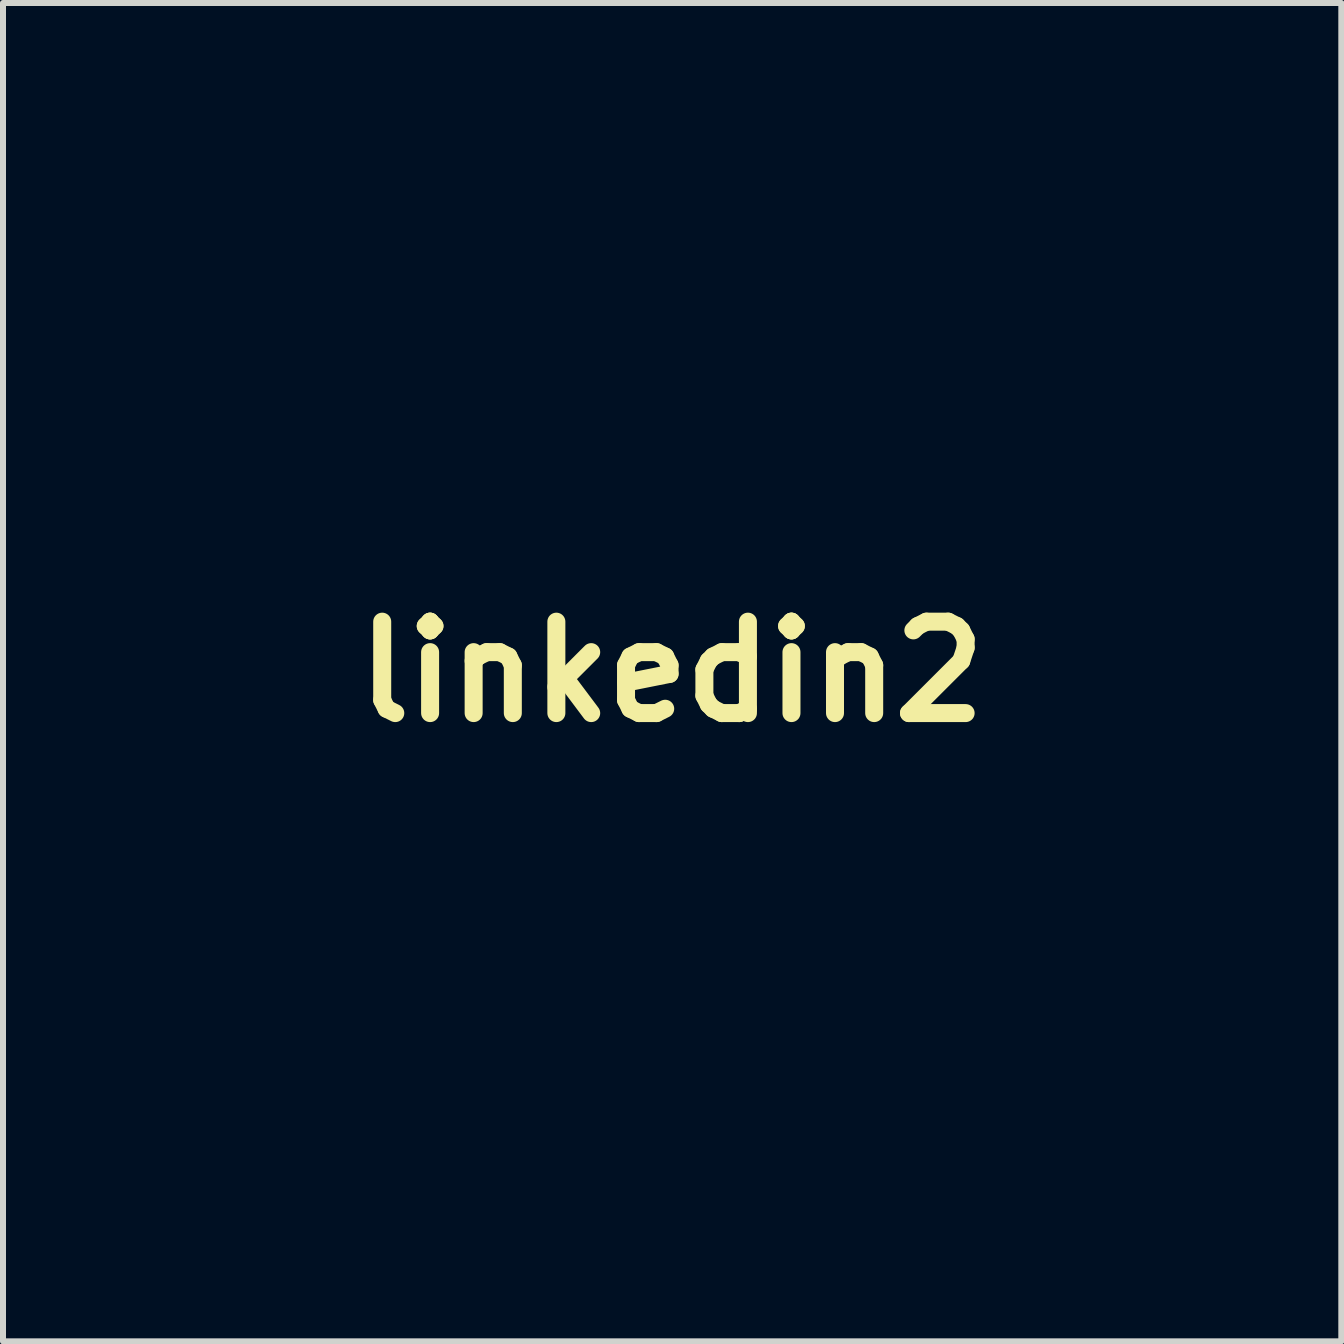
<source format=kicad_pcb>
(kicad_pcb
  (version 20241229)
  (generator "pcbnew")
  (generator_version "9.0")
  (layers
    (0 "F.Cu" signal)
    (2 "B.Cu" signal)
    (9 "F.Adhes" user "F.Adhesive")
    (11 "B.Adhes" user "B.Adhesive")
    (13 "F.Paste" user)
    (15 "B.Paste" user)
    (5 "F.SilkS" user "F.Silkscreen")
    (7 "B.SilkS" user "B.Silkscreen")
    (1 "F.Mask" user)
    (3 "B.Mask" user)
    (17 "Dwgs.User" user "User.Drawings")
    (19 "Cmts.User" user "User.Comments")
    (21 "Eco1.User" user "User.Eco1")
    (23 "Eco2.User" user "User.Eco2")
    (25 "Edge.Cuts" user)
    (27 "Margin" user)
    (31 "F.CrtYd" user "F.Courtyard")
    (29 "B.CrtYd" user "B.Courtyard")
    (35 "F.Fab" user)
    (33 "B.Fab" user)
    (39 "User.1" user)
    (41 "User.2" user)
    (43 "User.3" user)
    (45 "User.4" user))
  (footprint "linkedin2"
    (layer "F.Cu")
    (at 8.147 8.147)
    (property "Reference" "linkedin2" (at 0 0 0) (layer "F.SilkS") (effects (font (size 1.524 1.524) (thickness 0.3))))
    (attr through_hole)
    (fp_poly (pts (xy -5.179 0.254) (xy -5.179 -0.24) (xy -4.685 -0.24) (xy -4.685 0.254) (xy -5.179 0.254)) (stroke (width 0.01) (type solid)) (fill yes) (layer "F.Mask"))
    (fp_poly (pts (xy -5.179 1.736) (xy -5.673 1.736) (xy -5.673 1.242) (xy -5.179 1.242) (xy -5.179 1.736)) (stroke (width 0.01) (type solid)) (fill yes) (layer "F.Mask"))
    (fp_poly (pts (xy -4.191 -1.228) (xy -4.191 -1.722) (xy -3.697 -1.722) (xy -3.697 -1.228) (xy -4.191 -1.228)) (stroke (width 0.01) (type solid)) (fill yes) (layer "F.Mask"))
    (fp_poly (pts (xy -2.709 -0.24) (xy -2.709 -0.734) (xy -2.215 -0.734) (xy -2.215 -0.24) (xy -2.709 -0.24)) (stroke (width 0.01) (type solid)) (fill yes) (layer "F.Mask"))
    (fp_poly (pts (xy -1.722 -0.24) (xy -1.722 0.254) (xy -2.215 0.254) (xy -2.215 -0.24) (xy -1.722 -0.24)) (stroke (width 0.01) (type solid)) (fill yes) (layer "F.Mask"))
    (fp_poly (pts (xy -1.228 -2.709) (xy -0.734 -2.709) (xy -0.734 -2.215) (xy -1.228 -2.215) (xy -1.228 -2.709)) (stroke (width 0.01) (type solid)) (fill yes) (layer "F.Mask"))
    (fp_poly (pts (xy -1.228 -1.722) (xy -1.722 -1.722) (xy -1.722 -2.215) (xy -1.228 -2.215) (xy -1.228 -1.722)) (stroke (width 0.01) (type solid)) (fill yes) (layer "F.Mask"))
    (fp_poly (pts (xy -1.228 0.748) (xy -1.722 0.748) (xy -1.722 0.254) (xy -1.228 0.254) (xy -1.228 0.748)) (stroke (width 0.01) (type solid)) (fill yes) (layer "F.Mask"))
    (fp_poly (pts (xy -0.734 4.205) (xy -1.228 4.205) (xy -1.228 3.711) (xy -0.734 3.711) (xy -0.734 4.205)) (stroke (width 0.01) (type solid)) (fill yes) (layer "F.Mask"))
    (fp_poly (pts (xy -0.24 -1.722) (xy -0.734 -1.722) (xy -0.734 -2.215) (xy -0.24 -2.215) (xy -0.24 -1.722)) (stroke (width 0.01) (type solid)) (fill yes) (layer "F.Mask"))
    (fp_poly (pts (xy 1.242 -6.66) (xy 1.736 -6.66) (xy 1.736 -5.673) (xy 1.242 -5.673) (xy 1.242 -6.66)) (stroke (width 0.01) (type solid)) (fill yes) (layer "F.Mask"))
    (fp_poly (pts (xy 1.242 -5.179) (xy 0.748 -5.179) (xy 0.748 -5.673) (xy 1.242 -5.673) (xy 1.242 -5.179)) (stroke (width 0.01) (type solid)) (fill yes) (layer "F.Mask"))
    (fp_poly (pts (xy 1.242 1.736) (xy 0.748 1.736) (xy 0.748 1.242) (xy 1.242 1.242) (xy 1.242 1.736)) (stroke (width 0.01) (type solid)) (fill yes) (layer "F.Mask"))
    (fp_poly (pts (xy 2.723 -3.697) (xy 2.23 -3.697) (xy 2.23 -4.191) (xy 2.723 -4.191) (xy 2.723 -3.697)) (stroke (width 0.01) (type solid)) (fill yes) (layer "F.Mask"))
    (fp_poly (pts (xy 2.723 -1.228) (xy 2.23 -1.228) (xy 2.23 -2.215) (xy 2.723 -2.215) (xy 2.723 -1.228)) (stroke (width 0.01) (type solid)) (fill yes) (layer "F.Mask"))
    (fp_poly (pts (xy 2.723 3.711) (xy 2.23 3.711) (xy 2.23 3.217) (xy 2.723 3.217) (xy 2.723 3.711)) (stroke (width 0.01) (type solid)) (fill yes) (layer "F.Mask"))
    (fp_poly (pts (xy 5.193 5.193) (xy 5.193 4.699) (xy 5.687 4.699) (xy 5.687 5.193) (xy 5.193 5.193)) (stroke (width 0.01) (type solid)) (fill yes) (layer "F.Mask"))
    (fp_poly (pts (xy -1.722 4.205) (xy -2.215 4.205) (xy -2.215 3.711) (xy -2.709 3.711) (xy -2.709 3.217) (xy -1.722 3.217) (xy -1.722 4.205)) (stroke (width 0.01) (type solid)) (fill yes) (layer "F.Mask"))
    (fp_poly (pts (xy 1.242 6.181) (xy 0.748 6.181) (xy 0.748 6.675) (xy 0.254 6.675) (xy 0.254 5.687) (xy 1.242 5.687) (xy 1.242 6.181)) (stroke (width 0.01) (type solid)) (fill yes) (layer "F.Mask"))
    (fp_poly (pts (xy 6.675 5.193) (xy 6.675 6.181) (xy 6.181 6.181) (xy 6.181 5.687) (xy 5.687 5.687) (xy 5.687 5.193) (xy 6.675 5.193)) (stroke (width 0.01) (type solid)) (fill yes) (layer "F.Mask"))
    (fp_poly (pts (xy 5.193 1.736) (xy 5.687 1.736) (xy 5.687 2.723) (xy 4.205 2.723) (xy 4.205 2.23) (xy 4.699 2.23) (xy 4.699 1.242) (xy 5.193 1.242) (xy 5.193 1.736)) (stroke (width 0.01) (type solid)) (fill yes) (layer "F.Mask"))
    (fp_poly (pts (xy -4.219 -4.219) (xy -6.632 -4.219) (xy -6.632 -6.167) (xy -6.167 -6.167) (xy -6.167 -4.685) (xy -4.685 -4.685) (xy -4.685 -6.167) (xy -6.167 -6.167) (xy -6.632 -6.167) (xy -6.632 -6.632) (xy -4.219 -6.632) (xy -4.219 -4.219)) (stroke (width 0.01) (type solid)) (fill yes) (layer "F.Mask"))
    (fp_poly (pts (xy -4.219 6.646) (xy -6.632 6.646) (xy -6.632 4.699) (xy -6.167 4.699) (xy -6.167 6.181) (xy -4.685 6.181) (xy -4.685 4.699) (xy -6.167 4.699) (xy -6.632 4.699) (xy -6.632 4.233) (xy -4.219 4.233) (xy -4.219 6.646)) (stroke (width 0.01) (type solid)) (fill yes) (layer "F.Mask"))
    (fp_poly (pts (xy 4.699 4.699) (xy 3.217 4.699) (xy 3.217 3.711) (xy 3.711 3.711) (xy 3.711 4.205) (xy 4.205 4.205) (xy 4.205 3.711) (xy 3.711 3.711) (xy 3.217 3.711) (xy 3.217 3.217) (xy 4.699 3.217) (xy 4.699 4.699)) (stroke (width 0.01) (type solid)) (fill yes) (layer "F.Mask"))
    (fp_poly (pts (xy 6.646 -4.219) (xy 4.233 -4.219) (xy 4.233 -6.167) (xy 4.699 -6.167) (xy 4.699 -4.685) (xy 6.181 -4.685) (xy 6.181 -6.167) (xy 4.699 -6.167) (xy 4.233 -6.167) (xy 4.233 -6.632) (xy 6.646 -6.632) (xy 6.646 -4.219)) (stroke (width 0.01) (type solid)) (fill yes) (layer "F.Mask"))
    (fp_poly (pts (xy -2.215 -2.215) (xy -2.215 -1.228) (xy -2.709 -1.228) (xy -2.709 -1.722) (xy -3.697 -1.722) (xy -3.697 -2.215) (xy -4.685 -2.215) (xy -4.685 -2.709) (xy -3.203 -2.709) (xy -3.203 -3.203) (xy -2.709 -3.203) (xy -2.709 -2.215) (xy -2.215 -2.215) (xy -2.215 -3.203) (xy -2.709 -3.203) (xy -2.709 -4.191) (xy -2.215 -4.191) (xy -2.215 -3.697) (xy -1.722 -3.697) (xy -1.722 -2.215) (xy -2.215 -2.215)) (stroke (width 0.01) (type solid)) (fill yes) (layer "F.Mask"))
    (fp_poly (pts (xy -2.215 2.23) (xy -1.722 2.23) (xy -1.722 2.723) (xy -3.203 2.723) (xy -3.203 1.736) (xy -2.709 1.736) (xy -2.709 0.748) (xy -3.203 0.748) (xy -3.203 1.736) (xy -4.191 1.736) (xy -4.191 1.242) (xy -3.697 1.242) (xy -3.697 0.748) (xy -4.685 0.748) (xy -4.685 0.254) (xy -3.697 0.254) (xy -3.697 0.748) (xy -3.203 0.748) (xy -3.203 0.254) (xy -3.697 0.254) (xy -3.697 -0.24) (xy -4.191 -0.24) (xy -4.191 -0.734) (xy -3.697 -0.734) (xy -3.697 -1.228) (xy -3.203 -1.228) (xy -3.203 0.254) (xy -2.215 0.254) (xy -2.215 2.23)) (stroke (width 0.01) (type solid)) (fill yes) (layer "F.Mask"))
    (fp_poly (pts (xy 8.156 8.156) (xy -8.142 8.156) (xy -8.142 3.711) (xy -7.154 3.711) (xy -7.154 7.168) (xy -3.697 7.168) (xy -3.697 6.675) (xy -3.203 6.675) (xy -3.203 7.168) (xy -2.709 7.168) (xy -2.215 7.168) (xy -1.722 7.168) (xy -1.722 6.675) (xy 0.254 6.675) (xy 0.254 7.168) (xy 0.748 7.168) (xy 0.748 6.675) (xy 1.242 6.675) (xy 1.736 6.675) (xy 1.736 7.168) (xy 4.205 7.168) (xy 4.205 6.675) (xy 4.699 6.675) (xy 4.699 6.181) (xy 5.193 6.181) (xy 5.193 7.168) (xy 5.687 7.168) (xy 5.687 6.181) (xy 5.193 6.181) (xy 4.699 6.181) (xy 4.699 5.687) (xy 4.205 5.687) (xy 4.205 6.181) (xy 2.723 6.181) (xy 2.723 6.675) (xy 1.736 6.675) (xy 1.242 6.675) (xy 1.242 6.181) (xy 1.736 6.181) (xy 1.736 4.699) (xy 1.242 4.699) (xy 1.242 5.193) (xy -0.734 5.193) (xy -0.734 5.687) (xy -2.215 5.687) (xy -2.215 7.168) (xy -2.709 7.168) (xy -2.709 6.675) (xy -3.203 6.675) (xy -3.697 6.675) (xy -3.697 5.193) (xy -3.203 5.193) (xy -3.203 6.181) (xy -2.709 6.181) (xy -2.709 5.687) (xy -2.215 5.687) (xy -2.215 5.193) (xy -3.203 5.193) (xy -3.697 5.193) (xy -3.697 3.711) (xy -7.154 3.711) (xy -8.142 3.711) (xy -8.142 2.723) (xy -6.66 2.723) (xy -6.66 3.217) (xy -5.179 3.217) (xy -5.179 2.723) (xy -6.66 2.723) (xy -8.142 2.723) (xy -8.142 1.736) (xy -7.154 1.736) (xy -7.154 2.23) (xy -6.66 2.23) (xy -6.66 1.736) (xy -7.154 1.736) (xy -8.142 1.736) (xy -8.142 -0.24) (xy -7.154 -0.24) (xy -7.154 0.254) (xy -6.66 0.254) (xy -6.66 1.242) (xy -6.167 1.242) (xy -6.167 1.736) (xy -5.673 1.736) (xy -5.673 2.23) (xy -5.179 2.23) (xy -5.179 2.723) (xy -4.685 2.723) (xy -4.191 2.723) (xy -4.191 3.217) (xy -3.697 3.217) (xy -3.697 2.723) (xy -4.191 2.723) (xy -4.685 2.723) (xy -4.685 2.23) (xy -5.179 2.23) (xy -5.179 1.736) (xy -4.191 1.736) (xy -4.191 2.23) (xy -3.697 2.23) (xy -3.697 2.723) (xy -3.203 2.723) (xy -3.203 4.699) (xy -2.709 4.699) (xy -2.709 4.205) (xy -2.215 4.205) (xy -2.215 4.699) (xy -1.722 4.699) (xy -1.722 4.205) (xy -1.228 4.205) (xy -1.228 4.699) (xy 0.748 4.699) (xy 0.748 4.205) (xy -0.24 4.205) (xy -0.24 3.217) (xy -1.722 3.217) (xy -1.722 2.723) (xy -1.228 2.723) (xy -1.228 2.23) (xy -0.734 2.23) (xy -0.24 2.23) (xy -0.24 1.736) (xy -0.734 1.736) (xy -0.734 2.23) (xy -1.228 2.23) (xy -1.722 2.23) (xy -1.722 1.242) (xy -1.228 1.242) (xy -1.228 1.736) (xy -0.734 1.736) (xy -0.734 1.242) (xy -0.24 1.242) (xy 0.254 1.242) (xy 0.254 3.217) (xy 0.748 3.217) (xy 0.748 3.711) (xy 1.736 3.711) (xy 1.736 4.699) (xy 2.23 4.699) (xy 2.23 4.205) (xy 2.723 4.205) (xy 2.723 5.193) (xy 2.23 5.193) (xy 2.23 5.687) (xy 3.711 5.687) (xy 3.711 5.193) (xy 4.699 5.193) (xy 4.699 5.687) (xy 5.687 5.687) (xy 5.687 6.181) (xy 6.181 6.181) (xy 6.181 7.168) (xy 6.675 7.168) (xy 6.675 6.181) (xy 7.168 6.181) (xy 7.168 4.699) (xy 5.687 4.699) (xy 5.687 3.711) (xy 6.181 3.711) (xy 6.181 4.205) (xy 6.675 4.205) (xy 6.675 3.711) (xy 7.168 3.711) (xy 7.168 3.217) (xy 6.181 3.217) (xy 6.181 1.736) (xy 6.675 1.736) (xy 6.675 0.254) (xy 7.168 0.254) (xy 7.168 -0.734) (xy 6.181 -0.734) (xy 6.181 -1.228) (xy 6.675 -1.228) (xy 7.168 -1.228) (xy 7.168 -1.722) (xy 6.675 -1.722) (xy 6.675 -1.228) (xy 6.181 -1.228) (xy 5.193 -1.228) (xy 5.193 -0.734) (xy 5.687 -0.734) (xy 5.687 0.254) (xy 6.181 0.254) (xy 6.181 1.242) (xy 5.687 1.242) (xy 5.687 0.748) (xy 5.193 0.748) (xy 5.193 -0.24) (xy 4.699 -0.24) (xy 4.699 -0.734) (xy 3.711 -0.734) (xy 3.711 -0.24) (xy 4.205 -0.24) (xy 4.205 0.748) (xy 4.699 0.748) (xy 4.699 1.242) (xy 4.205 1.242) (xy 4.205 1.736) (xy 3.711 1.736) (xy 3.711 2.723) (xy 2.23 2.723) (xy 2.23 3.217) (xy 1.736 3.217) (xy 1.736 1.242) (xy 1.242 1.242) (xy 1.242 0.748) (xy 1.736 0.748) (xy 1.736 1.242) (xy 2.723 1.242) (xy 2.723 1.736) (xy 3.217 1.736) (xy 3.217 1.242) (xy 3.711 1.242) (xy 3.711 0.748) (xy 1.736 0.748) (xy 1.242 0.748) (xy 0.748 0.748) (xy 0.748 1.242) (xy 0.254 1.242) (xy -0.24 1.242) (xy -0.24 0.748) (xy -0.734 0.748) (xy -0.734 0.254) (xy -0.24 0.254) (xy -0.24 0.748) (xy 0.254 0.748) (xy 0.254 0.254) (xy 0.748 0.254) (xy 1.242 0.254) (xy 1.242 -0.24) (xy 0.748 -0.24) (xy 0.748 0.254) (xy 0.254 0.254) (xy -0.24 0.254) (xy -0.734 0.254) (xy -0.734 -0.24) (xy -1.722 -0.24) (xy -1.722 -0.734) (xy -1.228 -0.734) (xy -1.228 -1.722) (xy -0.734 -1.722) (xy -0.734 -0.734) (xy -0.24 -0.734) (xy -0.24 -0.24) (xy 0.748 -0.24) (xy 0.748 -0.734) (xy 0.254 -0.734) (xy 0.254 -1.228) (xy 1.242 -1.228) (xy 1.242 -0.734) (xy 1.736 -0.734) (xy 1.736 -1.228) (xy 1.242 -1.228) (xy 0.254 -1.228) (xy 0.254 -2.215) (xy -0.24 -2.215) (xy -0.24 -2.709) (xy -0.734 -2.709) (xy -0.734 -3.203) (xy -1.228 -3.203) (xy -1.228 -3.697) (xy -1.722 -3.697) (xy -1.722 -4.191) (xy -2.215 -4.191) (xy -2.215 -4.685) (xy -2.709 -4.685) (xy -2.709 -4.191) (xy -3.203 -4.191) (xy -3.203 -3.203) (xy -4.685 -3.203) (xy -4.685 -2.709) (xy -5.179 -2.709) (xy -5.179 -0.24) (xy -7.154 -0.24) (xy -8.142 -0.24) (xy -8.142 -2.215) (xy -6.66 -2.215) (xy -6.66 -0.734) (xy -6.167 -0.734) (xy -6.167 -2.215) (xy -6.66 -2.215) (xy -8.142 -2.215) (xy -8.142 -3.203) (xy -7.154 -3.203) (xy -7.154 -2.709) (xy -6.66 -2.709) (xy -6.66 -3.203) (xy -6.167 -3.203) (xy -6.167 -2.709) (xy -5.179 -2.709) (xy -5.179 -3.203) (xy -6.167 -3.203) (xy -6.66 -3.203) (xy -7.154 -3.203) (xy -8.142 -3.203) (xy -8.142 -7.154) (xy -7.154 -7.154) (xy -7.154 -3.697) (xy -3.697 -3.697) (xy -3.697 -5.673) (xy -3.203 -5.673) (xy -3.203 -5.179) (xy -2.709 -5.179) (xy -2.709 -5.673) (xy -2.215 -5.673) (xy -2.215 -5.179) (xy -1.722 -5.179) (xy -1.722 -4.685) (xy -1.228 -4.685) (xy -1.228 -3.697) (xy -0.734 -3.697) (xy -0.734 -4.191) (xy -0.24 -4.191) (xy -0.24 -2.709) (xy 0.254 -2.709) (xy 0.748 -2.709) (xy 0.748 -1.722) (xy 1.242 -1.722) (xy 1.242 -2.215) (xy 1.736 -2.215) (xy 1.736 -1.228) (xy 2.23 -1.228) (xy 2.23 0.254) (xy 3.217 0.254) (xy 3.217 -0.24) (xy 2.723 -0.24) (xy 2.723 -1.228) (xy 3.217 -1.228) (xy 3.217 -1.722) (xy 3.711 -1.722) (xy 3.711 -1.228) (xy 5.193 -1.228) (xy 5.193 -2.215) (xy 5.687 -2.215) (xy 5.687 -1.722) (xy 6.675 -1.722) (xy 6.675 -2.215) (xy 5.687 -2.215) (xy 5.193 -2.215) (xy 5.193 -2.709) (xy 4.205 -2.709) (xy 4.205 -3.203) (xy 5.193 -3.203) (xy 5.193 -2.709) (xy 5.687 -2.709) (xy 5.687 -3.203) (xy 6.181 -3.203) (xy 6.181 -2.709) (xy 6.675 -2.709) (xy 6.675 -2.215) (xy 7.168 -2.215) (xy 7.168 -3.203) (xy 6.181 -3.203) (xy 5.687 -3.203) (xy 5.193 -3.203) (xy 4.205 -3.203) (xy 3.711 -3.203) (xy 3.711 -2.709) (xy 3.217 -2.709) (xy 3.217 -2.215) (xy 2.723 -2.215) (xy 2.723 -2.709) (xy 1.736 -2.709) (xy 1.736 -3.203) (xy 2.723 -3.203) (xy 2.723 -3.697) (xy 3.217 -3.697) (xy 3.217 -4.191) (xy 2.723 -4.191) (xy 2.723 -5.179) (xy 2.23 -5.179) (xy 2.23 -4.685) (xy 1.736 -4.685) (xy 1.736 -3.697) (xy 1.242 -3.697) (xy 1.242 -2.709) (xy 0.748 -2.709) (xy 0.254 -2.709) (xy 0.254 -4.191) (xy -0.24 -4.191) (xy -0.734 -4.191) (xy -0.734 -4.685) (xy -1.228 -4.685) (xy -1.228 -5.179) (xy -1.722 -5.179) (xy -1.722 -5.673) (xy -2.215 -5.673) (xy -2.709 -5.673) (xy -3.203 -5.673) (xy -3.697 -5.673) (xy -3.697 -7.154) (xy -3.203 -7.154) (xy -3.203 -6.167) (xy -2.215 -6.167) (xy -1.722 -6.167) (xy -1.722 -5.673) (xy -1.228 -5.673) (xy -1.228 -6.167) (xy -0.734 -6.167) (xy -0.734 -5.179) (xy 0.254 -5.179) (xy 0.254 -4.685) (xy 0.748 -4.685) (xy 0.748 -3.697) (xy 1.242 -3.697) (xy 1.242 -5.179) (xy 1.736 -5.179) (xy 1.736 -5.673) (xy 2.23 -5.673) (xy 2.23 -6.66) (xy 3.217 -6.66) (xy 3.217 -7.154) (xy 3.711 -7.154) (xy 3.711 -3.697) (xy 7.168 -3.697) (xy 7.168 -7.154) (xy 3.711 -7.154) (xy 3.217 -7.154) (xy 0.748 -7.154) (xy 0.748 -5.673) (xy -0.24 -5.673) (xy -0.24 -6.167) (xy -0.734 -6.167) (xy -1.228 -6.167) (xy -1.722 -6.167) (xy -2.215 -6.167) (xy -2.215 -6.66) (xy -2.709 -6.66) (xy -2.709 -7.154) (xy -2.215 -7.154) (xy -2.215 -6.66) (xy -1.722 -6.66) (xy -1.722 -7.154) (xy -1.228 -7.154) (xy -1.228 -6.66) (xy -0.734 -6.66) (xy -0.734 -7.154) (xy -0.24 -7.154) (xy -0.24 -6.66) (xy 0.254 -6.66) (xy 0.254 -7.154) (xy -0.24 -7.154) (xy -0.734 -7.154) (xy -1.228 -7.154) (xy -1.722 -7.154) (xy -2.215 -7.154) (xy -2.709 -7.154) (xy -3.203 -7.154) (xy -3.697 -7.154) (xy -7.154 -7.154) (xy -8.142 -7.154) (xy -8.142 -8.142) (xy 8.156 -8.142) (xy 8.156 8.156)) (stroke (width 0.01) (type solid)) (fill yes) (layer "F.Mask")))
  (gr_rect
    (start -3 -3)
    (end 19.308 19.308)
    (stroke (width 0.1) (type default))
    (fill no)
    (layer "Edge.Cuts")))
</source>
